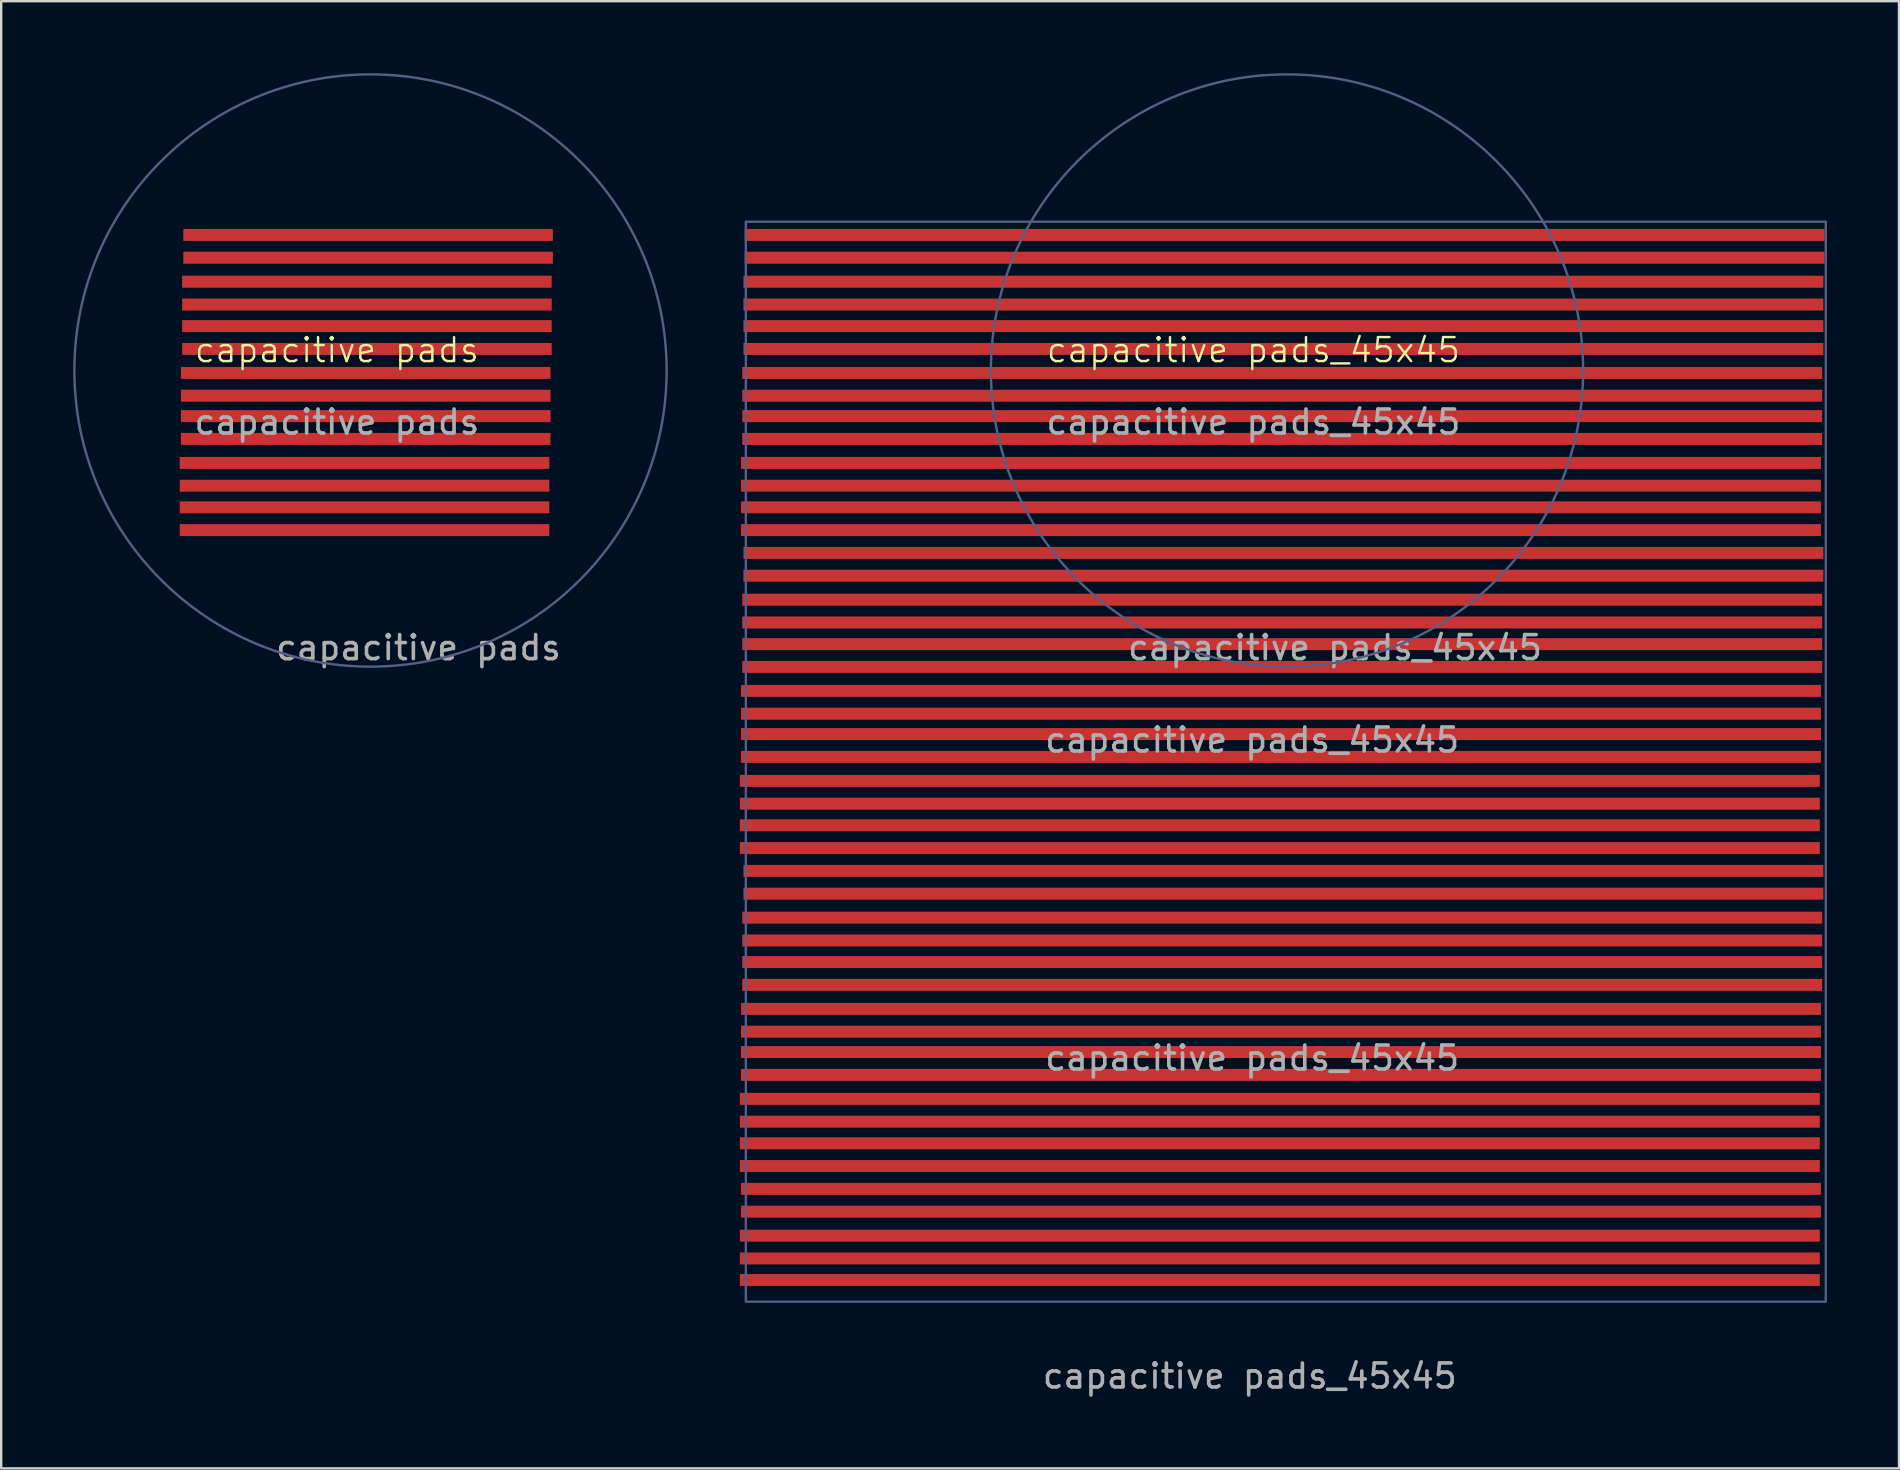
<source format=kicad_pcb>
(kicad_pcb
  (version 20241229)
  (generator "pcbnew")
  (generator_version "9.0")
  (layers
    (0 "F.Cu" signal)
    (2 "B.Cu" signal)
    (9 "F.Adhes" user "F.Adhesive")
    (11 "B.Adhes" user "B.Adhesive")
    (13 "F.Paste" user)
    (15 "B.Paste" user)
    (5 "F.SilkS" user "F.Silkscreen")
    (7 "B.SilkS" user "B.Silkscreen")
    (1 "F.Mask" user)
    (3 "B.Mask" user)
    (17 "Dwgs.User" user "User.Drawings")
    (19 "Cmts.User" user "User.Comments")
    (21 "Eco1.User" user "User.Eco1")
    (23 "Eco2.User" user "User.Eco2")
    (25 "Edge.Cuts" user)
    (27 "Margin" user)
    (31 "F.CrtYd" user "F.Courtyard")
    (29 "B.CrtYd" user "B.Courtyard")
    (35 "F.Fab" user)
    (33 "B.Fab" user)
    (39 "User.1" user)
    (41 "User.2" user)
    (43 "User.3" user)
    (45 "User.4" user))
  (footprint "capacitive pads"
    (layer "F.Cu")
    (at 10.989 12.039)
    (property "Reference" "capacitive pads" (at 0 -0.5 0) (unlocked yes) (layer "F.SilkS") (effects (font (size 1 1) (thickness 0.1))))
    (attr smd)
    (fp_circle (center 1.4 0.35) (end 10.05 -8.45) (stroke (width 0.1) (type default)) (fill no) (layer "B.Fab"))
    (fp_text user "${REFERENCE}" (at 3.4 11.9 0) (layer "F.Fab") (effects (font (size 1 1) (thickness 0.15))))
    (fp_text user "${REFERENCE}" (at 0 2.5 0) (unlocked yes) (layer "F.Fab") (effects (font (size 1 1) (thickness 0.15))))
    (pad "1" smd rect (at 1.15 4.2) (size 15.4 0.5) (layers "F.Cu" "F.Mask" "F.Paste"))
    (pad "1" smd rect (at 1.15 6.05) (size 15.4 0.5) (layers "F.Cu" "F.Mask" "F.Paste"))
    (pad "1" smd rect (at 1.2 0.45) (size 15.4 0.5) (layers "F.Cu" "F.Mask" "F.Paste"))
    (pad "1" smd rect (at 1.2 2.25) (size 15.4 0.5) (layers "F.Cu" "F.Mask" "F.Paste"))
    (pad "1" smd rect (at 1.25 -3.35) (size 15.4 0.5) (layers "F.Cu" "F.Mask" "F.Paste"))
    (pad "1" smd rect (at 1.25 -1.5) (size 15.4 0.5) (layers "F.Cu" "F.Mask" "F.Paste"))
    (pad "1" smd rect (at 1.3 -5.3) (size 15.4 0.5) (layers "F.Cu" "F.Mask" "F.Paste"))
    (pad "2" smd rect (at 1.15 5.15) (size 15.4 0.5) (layers "F.Cu" "F.Mask" "F.Paste"))
    (pad "2" smd rect (at 1.15 7) (size 15.4 0.5) (layers "F.Cu" "F.Mask" "F.Paste"))
    (pad "2" smd rect (at 1.2 1.4) (size 15.4 0.5) (layers "F.Cu" "F.Mask" "F.Paste"))
    (pad "2" smd rect (at 1.2 3.2) (size 15.4 0.5) (layers "F.Cu" "F.Mask" "F.Paste"))
    (pad "2" smd rect (at 1.25 -2.4) (size 15.4 0.5) (layers "F.Cu" "F.Mask" "F.Paste"))
    (pad "2" smd rect (at 1.25 -0.55) (size 15.4 0.5) (layers "F.Cu" "F.Mask" "F.Paste"))
    (pad "2" smd rect (at 1.3 -4.35) (size 15.4 0.5) (layers "F.Cu" "F.Mask" "F.Paste")))
  (footprint "capacitive pads_45x45"
    (layer "F.Cu")
    (at 49.179 12.039)
    (property "Reference" "capacitive pads_45x45" (at 0 -0.5 0) (unlocked yes) (layer "F.SilkS") (effects (font (size 1 1) (thickness 0.1))))
    (attr smd)
    (fp_rect (start -21.15 -5.85) (end 23.85 39.15) (stroke (width 0.1) (type default)) (fill no) (layer "B.Fab"))
    (fp_circle (center 1.4 0.35) (end 10.05 -8.45) (stroke (width 0.1) (type default)) (fill no) (layer "B.Fab"))
    (fp_text user "${REFERENCE}" (at -0.05 29 0) (unlocked yes) (layer "F.Fab") (effects (font (size 1 1) (thickness 0.15))))
    (fp_text user "${REFERENCE}" (at 3.4 11.9 0) (layer "F.Fab") (effects (font (size 1 1) (thickness 0.15))))
    (fp_text user "${REFERENCE}" (at -0.15 42.25 0) (unlocked yes) (layer "F.Fab") (effects (font (size 1 1) (thickness 0.15))))
    (fp_text user "${REFERENCE}" (at -0.05 15.75 0) (unlocked yes) (layer "F.Fab") (effects (font (size 1 1) (thickness 0.15))))
    (fp_text user "${REFERENCE}" (at 0 2.5 0) (unlocked yes) (layer "F.Fab") (effects (font (size 1 1) (thickness 0.15))))
    (pad "1" smd rect (at 1.1 17.45) (size 45 0.5) (layers "F.Cu" "F.Mask" "F.Paste"))
    (pad "1" smd rect (at 1.1 19.3) (size 45 0.5) (layers "F.Cu" "F.Mask" "F.Paste"))
    (pad "1" smd rect (at 1.1 30.7) (size 45 0.5) (layers "F.Cu" "F.Mask" "F.Paste"))
    (pad "1" smd rect (at 1.1 32.55) (size 45 0.5) (layers "F.Cu" "F.Mask" "F.Paste"))
    (pad "1" smd rect (at 1.1 36.4) (size 45 0.5) (layers "F.Cu" "F.Mask" "F.Paste"))
    (pad "1" smd rect (at 1.1 38.25) (size 45 0.5) (layers "F.Cu" "F.Mask" "F.Paste"))
    (pad "1" smd rect (at 1.15 4.2) (size 45 0.5) (layers "F.Cu" "F.Mask" "F.Paste"))
    (pad "1" smd rect (at 1.15 6.05) (size 45 0.5) (layers "F.Cu" "F.Mask" "F.Paste"))
    (pad "1" smd rect (at 1.15 13.7) (size 45 0.5) (layers "F.Cu" "F.Mask" "F.Paste"))
    (pad "1" smd rect (at 1.15 15.5) (size 45 0.5) (layers "F.Cu" "F.Mask" "F.Paste"))
    (pad "1" smd rect (at 1.15 26.95) (size 45 0.5) (layers "F.Cu" "F.Mask" "F.Paste"))
    (pad "1" smd rect (at 1.15 28.75) (size 45 0.5) (layers "F.Cu" "F.Mask" "F.Paste"))
    (pad "1" smd rect (at 1.15 34.45) (size 45 0.5) (layers "F.Cu" "F.Mask" "F.Paste"))
    (pad "1" smd rect (at 1.2 0.45) (size 45 0.5) (layers "F.Cu" "F.Mask" "F.Paste"))
    (pad "1" smd rect (at 1.2 2.25) (size 45 0.5) (layers "F.Cu" "F.Mask" "F.Paste"))
    (pad "1" smd rect (at 1.2 9.9) (size 45 0.5) (layers "F.Cu" "F.Mask" "F.Paste"))
    (pad "1" smd rect (at 1.2 11.75) (size 45 0.5) (layers "F.Cu" "F.Mask" "F.Paste"))
    (pad "1" smd rect (at 1.2 23.15) (size 45 0.5) (layers "F.Cu" "F.Mask" "F.Paste"))
    (pad "1" smd rect (at 1.2 25) (size 45 0.5) (layers "F.Cu" "F.Mask" "F.Paste"))
    (pad "1" smd rect (at 1.25 -3.35) (size 45 0.5) (layers "F.Cu" "F.Mask" "F.Paste"))
    (pad "1" smd rect (at 1.25 -1.5) (size 45 0.5) (layers "F.Cu" "F.Mask" "F.Paste"))
    (pad "1" smd rect (at 1.25 7.95) (size 45 0.5) (layers "F.Cu" "F.Mask" "F.Paste"))
    (pad "1" smd rect (at 1.25 21.2) (size 45 0.5) (layers "F.Cu" "F.Mask" "F.Paste"))
    (pad "1" smd rect (at 1.3 -5.3) (size 45 0.5) (layers "F.Cu" "F.Mask" "F.Paste"))
    (pad "2" smd rect (at 1.1 18.4) (size 45 0.5) (layers "F.Cu" "F.Mask" "F.Paste"))
    (pad "2" smd rect (at 1.1 20.25) (size 45 0.5) (layers "F.Cu" "F.Mask" "F.Paste"))
    (pad "2" smd rect (at 1.1 31.65) (size 45 0.5) (layers "F.Cu" "F.Mask" "F.Paste"))
    (pad "2" smd rect (at 1.1 33.5) (size 45 0.5) (layers "F.Cu" "F.Mask" "F.Paste"))
    (pad "2" smd rect (at 1.1 37.35) (size 45 0.5) (layers "F.Cu" "F.Mask" "F.Paste"))
    (pad "2" smd rect (at 1.15 5.15) (size 45 0.5) (layers "F.Cu" "F.Mask" "F.Paste"))
    (pad "2" smd rect (at 1.15 7) (size 45 0.5) (layers "F.Cu" "F.Mask" "F.Paste"))
    (pad "2" smd rect (at 1.15 14.65) (size 45 0.5) (layers "F.Cu" "F.Mask" "F.Paste"))
    (pad "2" smd rect (at 1.15 16.45) (size 45 0.5) (layers "F.Cu" "F.Mask" "F.Paste"))
    (pad "2" smd rect (at 1.15 27.9) (size 45 0.5) (layers "F.Cu" "F.Mask" "F.Paste"))
    (pad "2" smd rect (at 1.15 29.7) (size 45 0.5) (layers "F.Cu" "F.Mask" "F.Paste"))
    (pad "2" smd rect (at 1.15 35.4) (size 45 0.5) (layers "F.Cu" "F.Mask" "F.Paste"))
    (pad "2" smd rect (at 1.2 1.4) (size 45 0.5) (layers "F.Cu" "F.Mask" "F.Paste"))
    (pad "2" smd rect (at 1.2 3.2) (size 45 0.5) (layers "F.Cu" "F.Mask" "F.Paste"))
    (pad "2" smd rect (at 1.2 10.85) (size 45 0.5) (layers "F.Cu" "F.Mask" "F.Paste"))
    (pad "2" smd rect (at 1.2 12.7) (size 45 0.5) (layers "F.Cu" "F.Mask" "F.Paste"))
    (pad "2" smd rect (at 1.2 24.1) (size 45 0.5) (layers "F.Cu" "F.Mask" "F.Paste"))
    (pad "2" smd rect (at 1.2 25.95) (size 45 0.5) (layers "F.Cu" "F.Mask" "F.Paste"))
    (pad "2" smd rect (at 1.25 -2.4) (size 45 0.5) (layers "F.Cu" "F.Mask" "F.Paste"))
    (pad "2" smd rect (at 1.25 -0.55) (size 45 0.5) (layers "F.Cu" "F.Mask" "F.Paste"))
    (pad "2" smd rect (at 1.25 8.9) (size 45 0.5) (layers "F.Cu" "F.Mask" "F.Paste"))
    (pad "2" smd rect (at 1.25 22.15) (size 45 0.5) (layers "F.Cu" "F.Mask" "F.Paste"))
    (pad "2" smd rect (at 1.3 -4.35) (size 45 0.5) (layers "F.Cu" "F.Mask" "F.Paste")))
  (gr_rect
    (start -3 -3)
    (end 76.079 58.138)
    (stroke (width 0.1) (type default))
    (fill no)
    (layer "Edge.Cuts")))
</source>
